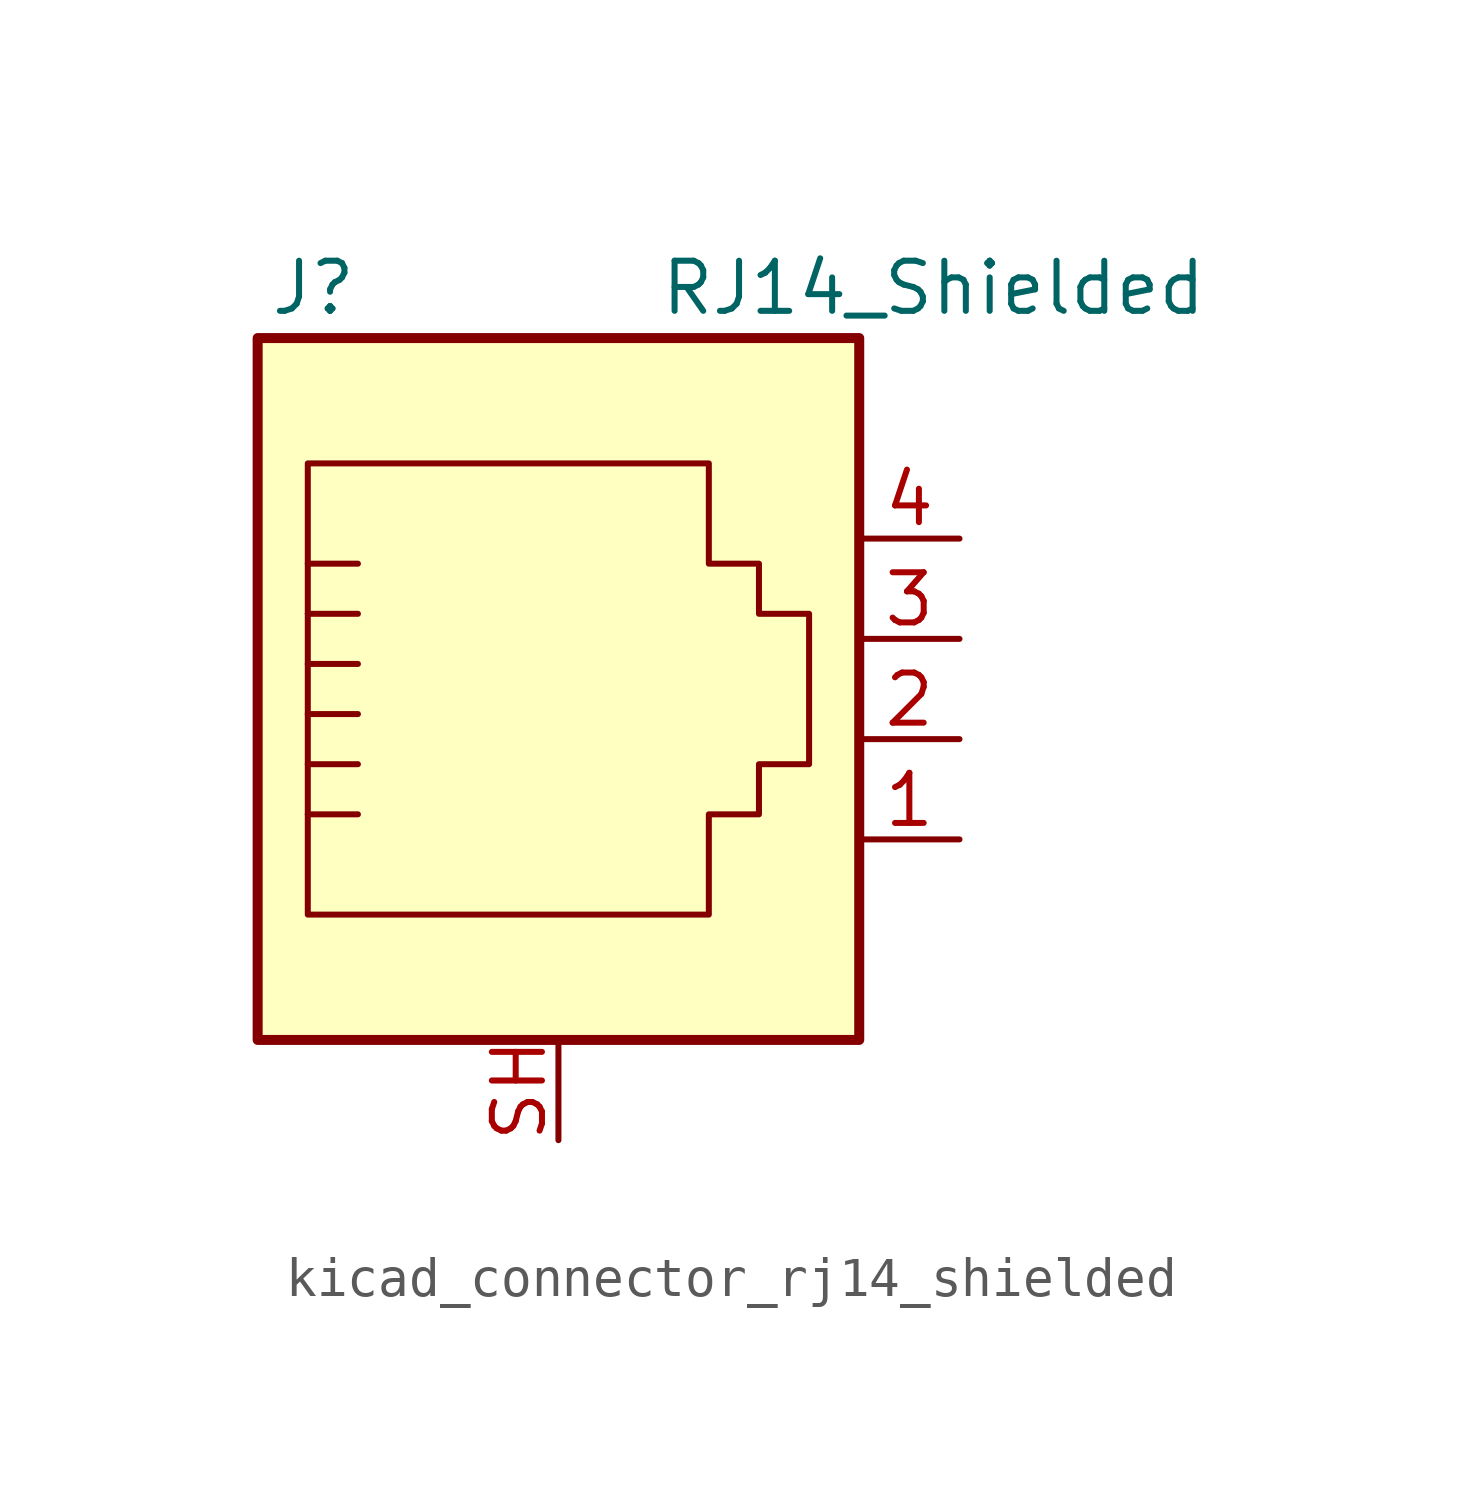
<source format=kicad_sym>
(kicad_symbol_lib
  (version 20220914)
  (generator kicad_symbol_editor)
  (symbol "kicad_connector_rj14_shielded"
    (pin_names
      (offset 1.016))
    (property "Reference" "J"
      (at -5.08 11.43 0)
      (effects (font (size 1.27 1.27)) (justify right)))
    (property "Value" "RJ14_Shielded"
      (at 2.54 11.43 0)
      (effects (font (size 1.27 1.27)) (justify left)))
    (symbol "kicad_connector_rj14_shielded_0_1"
      (polyline (pts (xy -6.35 -1.905) (xy -5.08 -1.905) (xy -5.08 -1.905)) (stroke (width 0) (type default)) (fill (type none)))
      (polyline (pts (xy -6.35 -0.635) (xy -5.08 -0.635) (xy -5.08 -0.635)) (stroke (width 0) (type default)) (fill (type none)))
      (polyline (pts (xy -6.35 0.635) (xy -5.08 0.635) (xy -5.08 0.635)) (stroke (width 0) (type default)) (fill (type none)))
      (polyline (pts (xy -6.35 1.905) (xy -5.08 1.905) (xy -5.08 1.905)) (stroke (width 0) (type default)) (fill (type none)))
      (polyline (pts (xy -6.35 3.175) (xy -5.08 3.175) (xy -5.08 3.175)) (stroke (width 0) (type default)) (fill (type none)))
      (polyline (pts (xy -5.08 4.445) (xy -6.35 4.445) (xy -6.35 4.445)) (stroke (width 0) (type default)) (fill (type none)))
      (polyline (pts (xy -6.35 -4.445) (xy -6.35 6.985) (xy 3.81 6.985) (xy 3.81 4.445) (xy 5.08 4.445) (xy 5.08 3.175) (xy 6.35 3.175) (xy 6.35 -0.635) (xy 5.08 -0.635) (xy 5.08 -1.905) (xy 3.81 -1.905) (xy 3.81 -4.445) (xy -6.35 -4.445) (xy -6.35 -4.445)) (stroke (width 0) (type default)) (fill (type none)))
      (rectangle (start 7.62 10.16) (end -7.62 -7.62) (stroke (width 0.254) (type default)) (fill (type background))))
    (symbol "kicad_connector_rj14_shielded_1_1"
      (pin passive line (at 10.16 -2.54 180) (length 2.54) (name "~" (effects (font (size 1.27 1.27)))) (number "1" (effects (font (size 1.27 1.27)))))
      (pin passive line (at 10.16 0 180) (length 2.54) (name "~" (effects (font (size 1.27 1.27)))) (number "2" (effects (font (size 1.27 1.27)))))
      (pin passive line (at 10.16 2.54 180) (length 2.54) (name "~" (effects (font (size 1.27 1.27)))) (number "3" (effects (font (size 1.27 1.27)))))
      (pin passive line (at 10.16 5.08 180) (length 2.54) (name "~" (effects (font (size 1.27 1.27)))) (number "4" (effects (font (size 1.27 1.27)))))
      (pin passive line (at 0 -10.16 90) (length 2.54) (name "~" (effects (font (size 1.27 1.27)))) (number "SH" (effects (font (size 1.27 1.27))))))))
</source>
